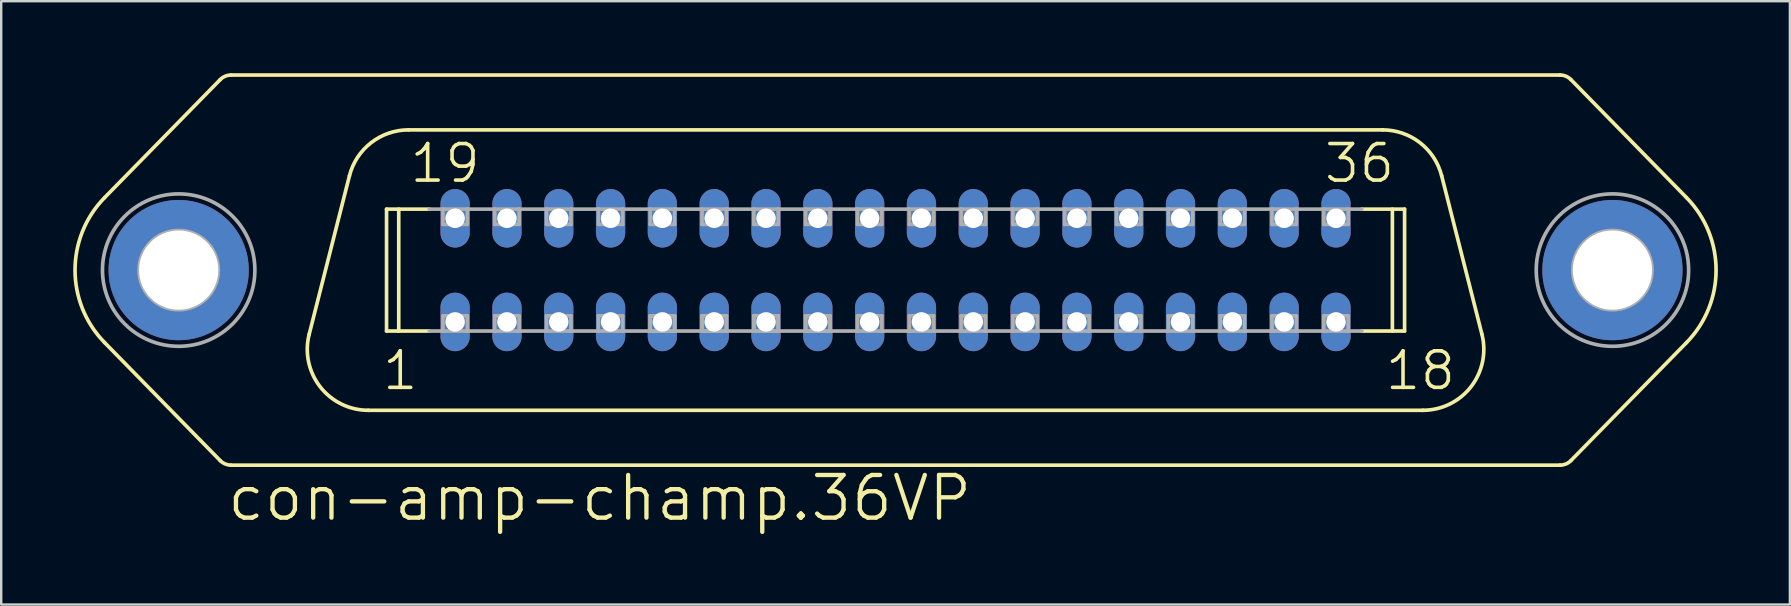
<source format=kicad_pcb>
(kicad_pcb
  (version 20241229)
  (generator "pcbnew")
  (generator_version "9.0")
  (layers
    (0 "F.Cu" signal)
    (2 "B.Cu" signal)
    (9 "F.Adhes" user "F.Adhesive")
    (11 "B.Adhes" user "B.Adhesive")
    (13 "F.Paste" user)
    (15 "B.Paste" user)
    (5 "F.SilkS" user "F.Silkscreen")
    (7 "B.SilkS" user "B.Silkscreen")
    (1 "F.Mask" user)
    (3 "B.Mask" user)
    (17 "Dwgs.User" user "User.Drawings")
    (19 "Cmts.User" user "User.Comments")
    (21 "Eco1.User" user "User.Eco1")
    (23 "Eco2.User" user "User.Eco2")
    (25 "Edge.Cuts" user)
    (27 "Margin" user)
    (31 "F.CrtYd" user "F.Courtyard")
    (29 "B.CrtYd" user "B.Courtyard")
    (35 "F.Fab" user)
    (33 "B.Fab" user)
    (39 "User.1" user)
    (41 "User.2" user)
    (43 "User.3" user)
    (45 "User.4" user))
  (footprint "con-amp-champ.36VP"
    (layer "F.Cu")
    (at 34.265 8.204)
    (property "Reference" "con-amp-champ.36VP" (at -27.94 10.541 0) (layer "F.SilkS") (effects (font (size 1.778 1.778) (thickness 0.18)) (justify left bottom)))
    (attr through_hole)
    (fp_line (start -28.14 -7.937) (end -32.955 -3.022) (stroke (width 0.152) (type default)) (layer "F.SilkS"))
    (fp_line (start -28.14 7.937) (end -32.955 3.022) (stroke (width 0.152) (type default)) (layer "F.SilkS"))
    (fp_line (start -27.686 -8.128) (end 27.686 -8.128) (stroke (width 0.152) (type default)) (layer "F.SilkS"))
    (fp_line (start -27.686 8.128) (end 27.686 8.128) (stroke (width 0.152) (type default)) (layer "F.SilkS"))
    (fp_line (start -22.755 -3.928) (end -24.433 2.676) (stroke (width 0.152) (type default)) (layer "F.SilkS"))
    (fp_line (start -21.971 5.842) (end 21.971 5.842) (stroke (width 0.152) (type default)) (layer "F.SilkS"))
    (fp_line (start -21.209 -2.54) (end -19.429 -2.54) (stroke (width 0.152) (type default)) (layer "F.SilkS"))
    (fp_line (start -21.209 2.54) (end -21.209 -2.54) (stroke (width 0.152) (type default)) (layer "F.SilkS"))
    (fp_line (start -21.209 2.54) (end -19.429 2.54) (stroke (width 0.152) (type default)) (layer "F.SilkS"))
    (fp_line (start -20.701 2.54) (end -20.701 -2.54) (stroke (width 0.152) (type default)) (layer "F.SilkS"))
    (fp_line (start -20.293 -5.842) (end 20.293 -5.842) (stroke (width 0.152) (type default)) (layer "F.SilkS"))
    (fp_line (start 19.429 -2.54) (end 21.209 -2.54) (stroke (width 0.152) (type default)) (layer "F.SilkS"))
    (fp_line (start 19.429 2.54) (end 21.209 2.54) (stroke (width 0.152) (type default)) (layer "F.SilkS"))
    (fp_line (start 20.701 2.54) (end 20.701 -2.54) (stroke (width 0.152) (type default)) (layer "F.SilkS"))
    (fp_line (start 21.209 2.54) (end 21.209 -2.54) (stroke (width 0.152) (type default)) (layer "F.SilkS"))
    (fp_line (start 22.755 -3.928) (end 24.433 2.676) (stroke (width 0.152) (type default)) (layer "F.SilkS"))
    (fp_line (start 28.14 -7.937) (end 32.955 -3.022) (stroke (width 0.152) (type default)) (layer "F.SilkS"))
    (fp_line (start 28.14 7.937) (end 32.955 3.022) (stroke (width 0.152) (type default)) (layer "F.SilkS"))
    (fp_arc (start -32.955 3.022) (mid -34.188365 0.0004) (end -32.955 -3.0212) (stroke (width 0.1524) (type default)) (layer "F.SilkS"))
    (fp_arc (start -28.14 -7.937) (mid -27.93241 -8.078018) (end -27.6864 -8.1276) (stroke (width 0.1524) (type default)) (layer "F.SilkS"))
    (fp_arc (start -27.6864 8.1276) (mid -27.93241 8.078018) (end -28.14 7.937) (stroke (width 0.1524) (type default)) (layer "F.SilkS"))
    (fp_arc (start -22.755 -3.928) (mid -21.852488 -5.307486) (end -20.2932 -5.8424) (stroke (width 0.1524) (type default)) (layer "F.SilkS"))
    (fp_arc (start -21.9712 5.8416) (mid -23.976286 4.860863) (end -24.433 2.676) (stroke (width 0.1524) (type default)) (layer "F.SilkS"))
    (fp_arc (start 20.293 -5.842) (mid 21.852288 -5.307086) (end 22.7548 -3.9276) (stroke (width 0.1524) (type default)) (layer "F.SilkS"))
    (fp_arc (start 24.433 2.676) (mid 23.976286 4.860863) (end 21.9712 5.8416) (stroke (width 0.1524) (type default)) (layer "F.SilkS"))
    (fp_arc (start 27.6864 -8.1276) (mid 27.93241 -8.078018) (end 28.14 -7.937) (stroke (width 0.1524) (type default)) (layer "F.SilkS"))
    (fp_arc (start 28.14 7.937) (mid 27.93241 8.078018) (end 27.6864 8.1276) (stroke (width 0.1524) (type default)) (layer "F.SilkS"))
    (fp_arc (start 32.955 -3.0212) (mid 34.188365 0.0004) (end 32.955 3.022) (stroke (width 0.1524) (type default)) (layer "F.SilkS"))
    (fp_line (start -19.429 -2.54) (end -18.86 -2.54) (stroke (width 0.152) (type default)) (layer "F.Fab"))
    (fp_line (start -19.429 2.54) (end -18.86 2.54) (stroke (width 0.152) (type default)) (layer "F.Fab"))
    (fp_line (start -18.86 -2.54) (end -17.843 -2.54) (stroke (width 0.152) (type default)) (layer "F.Fab"))
    (fp_line (start -18.86 -1.905) (end -18.86 -2.54) (stroke (width 0.152) (type default)) (layer "F.Fab"))
    (fp_line (start -18.86 1.905) (end -17.843 1.905) (stroke (width 0.152) (type default)) (layer "F.Fab"))
    (fp_line (start -18.86 2.54) (end -18.86 1.905) (stroke (width 0.152) (type default)) (layer "F.Fab"))
    (fp_line (start -17.843 -2.54) (end -17.843 -1.905) (stroke (width 0.152) (type default)) (layer "F.Fab"))
    (fp_line (start -17.843 -2.54) (end -16.701 -2.54) (stroke (width 0.152) (type default)) (layer "F.Fab"))
    (fp_line (start -17.843 -1.905) (end -18.86 -1.905) (stroke (width 0.152) (type default)) (layer "F.Fab"))
    (fp_line (start -17.843 1.905) (end -17.843 2.54) (stroke (width 0.152) (type default)) (layer "F.Fab"))
    (fp_line (start -17.843 2.54) (end -18.86 2.54) (stroke (width 0.152) (type default)) (layer "F.Fab"))
    (fp_line (start -17.843 2.54) (end -16.701 2.54) (stroke (width 0.152) (type default)) (layer "F.Fab"))
    (fp_line (start -16.701 -2.54) (end -15.684 -2.54) (stroke (width 0.152) (type default)) (layer "F.Fab"))
    (fp_line (start -16.701 -1.905) (end -16.701 -2.54) (stroke (width 0.152) (type default)) (layer "F.Fab"))
    (fp_line (start -16.701 1.905) (end -15.684 1.905) (stroke (width 0.152) (type default)) (layer "F.Fab"))
    (fp_line (start -16.701 2.54) (end -16.701 1.905) (stroke (width 0.152) (type default)) (layer "F.Fab"))
    (fp_line (start -15.684 -2.54) (end -15.684 -1.905) (stroke (width 0.152) (type default)) (layer "F.Fab"))
    (fp_line (start -15.684 -2.54) (end -14.541 -2.54) (stroke (width 0.152) (type default)) (layer "F.Fab"))
    (fp_line (start -15.684 -1.905) (end -16.701 -1.905) (stroke (width 0.152) (type default)) (layer "F.Fab"))
    (fp_line (start -15.684 1.905) (end -15.684 2.54) (stroke (width 0.152) (type default)) (layer "F.Fab"))
    (fp_line (start -15.684 2.54) (end -16.701 2.54) (stroke (width 0.152) (type default)) (layer "F.Fab"))
    (fp_line (start -15.684 2.54) (end -14.541 2.54) (stroke (width 0.152) (type default)) (layer "F.Fab"))
    (fp_line (start -14.541 -2.54) (end -13.525 -2.54) (stroke (width 0.152) (type default)) (layer "F.Fab"))
    (fp_line (start -14.541 -1.905) (end -14.541 -2.54) (stroke (width 0.152) (type default)) (layer "F.Fab"))
    (fp_line (start -14.541 1.905) (end -13.525 1.905) (stroke (width 0.152) (type default)) (layer "F.Fab"))
    (fp_line (start -14.541 2.54) (end -14.541 1.905) (stroke (width 0.152) (type default)) (layer "F.Fab"))
    (fp_line (start -13.525 -2.54) (end -13.525 -1.905) (stroke (width 0.152) (type default)) (layer "F.Fab"))
    (fp_line (start -13.525 -2.54) (end -12.383 -2.54) (stroke (width 0.152) (type default)) (layer "F.Fab"))
    (fp_line (start -13.525 -1.905) (end -14.541 -1.905) (stroke (width 0.152) (type default)) (layer "F.Fab"))
    (fp_line (start -13.525 1.905) (end -13.525 2.54) (stroke (width 0.152) (type default)) (layer "F.Fab"))
    (fp_line (start -13.525 2.54) (end -14.541 2.54) (stroke (width 0.152) (type default)) (layer "F.Fab"))
    (fp_line (start -13.525 2.54) (end -12.383 2.54) (stroke (width 0.152) (type default)) (layer "F.Fab"))
    (fp_line (start -12.383 -2.54) (end -11.367 -2.54) (stroke (width 0.152) (type default)) (layer "F.Fab"))
    (fp_line (start -12.383 -1.905) (end -12.383 -2.54) (stroke (width 0.152) (type default)) (layer "F.Fab"))
    (fp_line (start -12.383 1.905) (end -11.367 1.905) (stroke (width 0.152) (type default)) (layer "F.Fab"))
    (fp_line (start -12.383 2.54) (end -12.383 1.905) (stroke (width 0.152) (type default)) (layer "F.Fab"))
    (fp_line (start -11.367 -2.54) (end -11.367 -1.905) (stroke (width 0.152) (type default)) (layer "F.Fab"))
    (fp_line (start -11.367 -2.54) (end -10.223 -2.54) (stroke (width 0.152) (type default)) (layer "F.Fab"))
    (fp_line (start -11.367 -1.905) (end -12.383 -1.905) (stroke (width 0.152) (type default)) (layer "F.Fab"))
    (fp_line (start -11.367 1.905) (end -11.367 2.54) (stroke (width 0.152) (type default)) (layer "F.Fab"))
    (fp_line (start -11.367 2.54) (end -12.383 2.54) (stroke (width 0.152) (type default)) (layer "F.Fab"))
    (fp_line (start -11.367 2.54) (end -10.223 2.54) (stroke (width 0.152) (type default)) (layer "F.Fab"))
    (fp_line (start -10.223 -2.54) (end -9.207 -2.54) (stroke (width 0.152) (type default)) (layer "F.Fab"))
    (fp_line (start -10.223 -1.905) (end -10.223 -2.54) (stroke (width 0.152) (type default)) (layer "F.Fab"))
    (fp_line (start -10.223 1.905) (end -9.207 1.905) (stroke (width 0.152) (type default)) (layer "F.Fab"))
    (fp_line (start -10.223 1.905) (end -9.207 1.905) (stroke (width 0.152) (type default)) (layer "F.Fab"))
    (fp_line (start -10.223 2.54) (end -10.223 1.905) (stroke (width 0.152) (type default)) (layer "F.Fab"))
    (fp_line (start -10.223 2.54) (end -10.223 1.905) (stroke (width 0.152) (type default)) (layer "F.Fab"))
    (fp_line (start -9.207 -2.54) (end -9.207 -1.905) (stroke (width 0.152) (type default)) (layer "F.Fab"))
    (fp_line (start -9.207 -2.54) (end -8.065 -2.54) (stroke (width 0.152) (type default)) (layer "F.Fab"))
    (fp_line (start -9.207 -1.905) (end -10.223 -1.905) (stroke (width 0.152) (type default)) (layer "F.Fab"))
    (fp_line (start -9.207 1.905) (end -9.207 2.54) (stroke (width 0.152) (type default)) (layer "F.Fab"))
    (fp_line (start -9.207 1.905) (end -9.207 2.54) (stroke (width 0.152) (type default)) (layer "F.Fab"))
    (fp_line (start -9.207 2.54) (end -10.223 2.54) (stroke (width 0.152) (type default)) (layer "F.Fab"))
    (fp_line (start -9.207 2.54) (end -10.223 2.54) (stroke (width 0.152) (type default)) (layer "F.Fab"))
    (fp_line (start -9.207 2.54) (end -8.065 2.54) (stroke (width 0.152) (type default)) (layer "F.Fab"))
    (fp_line (start -8.065 -2.54) (end -7.048 -2.54) (stroke (width 0.152) (type default)) (layer "F.Fab"))
    (fp_line (start -8.065 -1.905) (end -8.065 -2.54) (stroke (width 0.152) (type default)) (layer "F.Fab"))
    (fp_line (start -8.065 1.905) (end -7.048 1.905) (stroke (width 0.152) (type default)) (layer "F.Fab"))
    (fp_line (start -8.065 1.905) (end -7.048 1.905) (stroke (width 0.152) (type default)) (layer "F.Fab"))
    (fp_line (start -8.065 2.54) (end -8.065 1.905) (stroke (width 0.152) (type default)) (layer "F.Fab"))
    (fp_line (start -8.065 2.54) (end -8.065 1.905) (stroke (width 0.152) (type default)) (layer "F.Fab"))
    (fp_line (start -7.048 -2.54) (end -7.048 -1.905) (stroke (width 0.152) (type default)) (layer "F.Fab"))
    (fp_line (start -7.048 -2.54) (end -5.905 -2.54) (stroke (width 0.152) (type default)) (layer "F.Fab"))
    (fp_line (start -7.048 -1.905) (end -8.065 -1.905) (stroke (width 0.152) (type default)) (layer "F.Fab"))
    (fp_line (start -7.048 1.905) (end -7.048 2.54) (stroke (width 0.152) (type default)) (layer "F.Fab"))
    (fp_line (start -7.048 1.905) (end -7.048 2.54) (stroke (width 0.152) (type default)) (layer "F.Fab"))
    (fp_line (start -7.048 2.54) (end -8.065 2.54) (stroke (width 0.152) (type default)) (layer "F.Fab"))
    (fp_line (start -7.048 2.54) (end -8.065 2.54) (stroke (width 0.152) (type default)) (layer "F.Fab"))
    (fp_line (start -7.048 2.54) (end -5.905 2.54) (stroke (width 0.152) (type default)) (layer "F.Fab"))
    (fp_line (start -5.905 -2.54) (end -4.889 -2.54) (stroke (width 0.152) (type default)) (layer "F.Fab"))
    (fp_line (start -5.905 -1.905) (end -5.905 -2.54) (stroke (width 0.152) (type default)) (layer "F.Fab"))
    (fp_line (start -5.905 1.905) (end -4.889 1.905) (stroke (width 0.152) (type default)) (layer "F.Fab"))
    (fp_line (start -5.905 1.905) (end -4.889 1.905) (stroke (width 0.152) (type default)) (layer "F.Fab"))
    (fp_line (start -5.905 2.54) (end -5.905 1.905) (stroke (width 0.152) (type default)) (layer "F.Fab"))
    (fp_line (start -5.905 2.54) (end -5.905 1.905) (stroke (width 0.152) (type default)) (layer "F.Fab"))
    (fp_line (start -4.889 -2.54) (end -4.889 -1.905) (stroke (width 0.152) (type default)) (layer "F.Fab"))
    (fp_line (start -4.889 -2.54) (end -3.747 -2.54) (stroke (width 0.152) (type default)) (layer "F.Fab"))
    (fp_line (start -4.889 -1.905) (end -5.905 -1.905) (stroke (width 0.152) (type default)) (layer "F.Fab"))
    (fp_line (start -4.889 1.905) (end -4.889 2.54) (stroke (width 0.152) (type default)) (layer "F.Fab"))
    (fp_line (start -4.889 1.905) (end -4.889 2.54) (stroke (width 0.152) (type default)) (layer "F.Fab"))
    (fp_line (start -4.889 2.54) (end -5.905 2.54) (stroke (width 0.152) (type default)) (layer "F.Fab"))
    (fp_line (start -4.889 2.54) (end -5.905 2.54) (stroke (width 0.152) (type default)) (layer "F.Fab"))
    (fp_line (start -4.889 2.54) (end -3.747 2.54) (stroke (width 0.152) (type default)) (layer "F.Fab"))
    (fp_line (start -3.747 -2.54) (end -2.731 -2.54) (stroke (width 0.152) (type default)) (layer "F.Fab"))
    (fp_line (start -3.747 -1.905) (end -3.747 -2.54) (stroke (width 0.152) (type default)) (layer "F.Fab"))
    (fp_line (start -3.747 1.905) (end -2.731 1.905) (stroke (width 0.152) (type default)) (layer "F.Fab"))
    (fp_line (start -3.747 1.905) (end -2.731 1.905) (stroke (width 0.152) (type default)) (layer "F.Fab"))
    (fp_line (start -3.747 2.54) (end -3.747 1.905) (stroke (width 0.152) (type default)) (layer "F.Fab"))
    (fp_line (start -3.747 2.54) (end -3.747 1.905) (stroke (width 0.152) (type default)) (layer "F.Fab"))
    (fp_line (start -2.731 -2.54) (end -2.731 -1.905) (stroke (width 0.152) (type default)) (layer "F.Fab"))
    (fp_line (start -2.731 -2.54) (end -1.587 -2.54) (stroke (width 0.152) (type default)) (layer "F.Fab"))
    (fp_line (start -2.731 -1.905) (end -3.747 -1.905) (stroke (width 0.152) (type default)) (layer "F.Fab"))
    (fp_line (start -2.731 1.905) (end -2.731 2.54) (stroke (width 0.152) (type default)) (layer "F.Fab"))
    (fp_line (start -2.731 1.905) (end -2.731 2.54) (stroke (width 0.152) (type default)) (layer "F.Fab"))
    (fp_line (start -2.731 2.54) (end -3.747 2.54) (stroke (width 0.152) (type default)) (layer "F.Fab"))
    (fp_line (start -2.731 2.54) (end -3.747 2.54) (stroke (width 0.152) (type default)) (layer "F.Fab"))
    (fp_line (start -2.731 2.54) (end -1.587 2.54) (stroke (width 0.152) (type default)) (layer "F.Fab"))
    (fp_line (start -1.587 -2.54) (end -0.572 -2.54) (stroke (width 0.152) (type default)) (layer "F.Fab"))
    (fp_line (start -1.587 -1.905) (end -1.587 -2.54) (stroke (width 0.152) (type default)) (layer "F.Fab"))
    (fp_line (start -1.587 1.905) (end -0.572 1.905) (stroke (width 0.152) (type default)) (layer "F.Fab"))
    (fp_line (start -1.587 2.54) (end -1.587 1.905) (stroke (width 0.152) (type default)) (layer "F.Fab"))
    (fp_line (start -0.572 -2.54) (end -0.572 -1.905) (stroke (width 0.152) (type default)) (layer "F.Fab"))
    (fp_line (start -0.572 -2.54) (end 0.572 -2.54) (stroke (width 0.152) (type default)) (layer "F.Fab"))
    (fp_line (start -0.572 -1.905) (end -1.587 -1.905) (stroke (width 0.152) (type default)) (layer "F.Fab"))
    (fp_line (start -0.572 1.905) (end -0.572 2.54) (stroke (width 0.152) (type default)) (layer "F.Fab"))
    (fp_line (start -0.572 2.54) (end -1.587 2.54) (stroke (width 0.152) (type default)) (layer "F.Fab"))
    (fp_line (start -0.572 2.54) (end 0.572 2.54) (stroke (width 0.152) (type default)) (layer "F.Fab"))
    (fp_line (start 0.572 -2.54) (end 1.587 -2.54) (stroke (width 0.152) (type default)) (layer "F.Fab"))
    (fp_line (start 0.572 -1.905) (end 0.572 -2.54) (stroke (width 0.152) (type default)) (layer "F.Fab"))
    (fp_line (start 0.572 1.905) (end 1.587 1.905) (stroke (width 0.152) (type default)) (layer "F.Fab"))
    (fp_line (start 0.572 2.54) (end 0.572 1.905) (stroke (width 0.152) (type default)) (layer "F.Fab"))
    (fp_line (start 1.587 -2.54) (end 1.587 -1.905) (stroke (width 0.152) (type default)) (layer "F.Fab"))
    (fp_line (start 1.587 -2.54) (end 2.731 -2.54) (stroke (width 0.152) (type default)) (layer "F.Fab"))
    (fp_line (start 1.587 -1.905) (end 0.572 -1.905) (stroke (width 0.152) (type default)) (layer "F.Fab"))
    (fp_line (start 1.587 1.905) (end 1.587 2.54) (stroke (width 0.152) (type default)) (layer "F.Fab"))
    (fp_line (start 1.587 2.54) (end 0.572 2.54) (stroke (width 0.152) (type default)) (layer "F.Fab"))
    (fp_line (start 1.587 2.54) (end 2.731 2.54) (stroke (width 0.152) (type default)) (layer "F.Fab"))
    (fp_line (start 2.731 -2.54) (end 3.747 -2.54) (stroke (width 0.152) (type default)) (layer "F.Fab"))
    (fp_line (start 2.731 -1.905) (end 2.731 -2.54) (stroke (width 0.152) (type default)) (layer "F.Fab"))
    (fp_line (start 2.731 1.905) (end 3.747 1.905) (stroke (width 0.152) (type default)) (layer "F.Fab"))
    (fp_line (start 2.731 2.54) (end 2.731 1.905) (stroke (width 0.152) (type default)) (layer "F.Fab"))
    (fp_line (start 3.747 -2.54) (end 3.747 -1.905) (stroke (width 0.152) (type default)) (layer "F.Fab"))
    (fp_line (start 3.747 -2.54) (end 4.889 -2.54) (stroke (width 0.152) (type default)) (layer "F.Fab"))
    (fp_line (start 3.747 -1.905) (end 2.731 -1.905) (stroke (width 0.152) (type default)) (layer "F.Fab"))
    (fp_line (start 3.747 1.905) (end 3.747 2.54) (stroke (width 0.152) (type default)) (layer "F.Fab"))
    (fp_line (start 3.747 2.54) (end 2.731 2.54) (stroke (width 0.152) (type default)) (layer "F.Fab"))
    (fp_line (start 3.747 2.54) (end 4.889 2.54) (stroke (width 0.152) (type default)) (layer "F.Fab"))
    (fp_line (start 4.889 -2.54) (end 5.905 -2.54) (stroke (width 0.152) (type default)) (layer "F.Fab"))
    (fp_line (start 4.889 -1.905) (end 4.889 -2.54) (stroke (width 0.152) (type default)) (layer "F.Fab"))
    (fp_line (start 4.889 1.905) (end 5.905 1.905) (stroke (width 0.152) (type default)) (layer "F.Fab"))
    (fp_line (start 4.889 2.54) (end 4.889 1.905) (stroke (width 0.152) (type default)) (layer "F.Fab"))
    (fp_line (start 5.905 -2.54) (end 5.905 -1.905) (stroke (width 0.152) (type default)) (layer "F.Fab"))
    (fp_line (start 5.905 -2.54) (end 7.048 -2.54) (stroke (width 0.152) (type default)) (layer "F.Fab"))
    (fp_line (start 5.905 -1.905) (end 4.889 -1.905) (stroke (width 0.152) (type default)) (layer "F.Fab"))
    (fp_line (start 5.905 1.905) (end 5.905 2.54) (stroke (width 0.152) (type default)) (layer "F.Fab"))
    (fp_line (start 5.905 2.54) (end 4.889 2.54) (stroke (width 0.152) (type default)) (layer "F.Fab"))
    (fp_line (start 5.905 2.54) (end 7.048 2.54) (stroke (width 0.152) (type default)) (layer "F.Fab"))
    (fp_line (start 7.048 -2.54) (end 8.065 -2.54) (stroke (width 0.152) (type default)) (layer "F.Fab"))
    (fp_line (start 7.048 -1.905) (end 7.048 -2.54) (stroke (width 0.152) (type default)) (layer "F.Fab"))
    (fp_line (start 7.048 1.905) (end 8.065 1.905) (stroke (width 0.152) (type default)) (layer "F.Fab"))
    (fp_line (start 7.048 2.54) (end 7.048 1.905) (stroke (width 0.152) (type default)) (layer "F.Fab"))
    (fp_line (start 8.065 -2.54) (end 8.065 -1.905) (stroke (width 0.152) (type default)) (layer "F.Fab"))
    (fp_line (start 8.065 -2.54) (end 9.207 -2.54) (stroke (width 0.152) (type default)) (layer "F.Fab"))
    (fp_line (start 8.065 -1.905) (end 7.048 -1.905) (stroke (width 0.152) (type default)) (layer "F.Fab"))
    (fp_line (start 8.065 1.905) (end 8.065 2.54) (stroke (width 0.152) (type default)) (layer "F.Fab"))
    (fp_line (start 8.065 2.54) (end 7.048 2.54) (stroke (width 0.152) (type default)) (layer "F.Fab"))
    (fp_line (start 8.065 2.54) (end 9.207 2.54) (stroke (width 0.152) (type default)) (layer "F.Fab"))
    (fp_line (start 9.207 -2.54) (end 10.223 -2.54) (stroke (width 0.152) (type default)) (layer "F.Fab"))
    (fp_line (start 9.207 -1.905) (end 9.207 -2.54) (stroke (width 0.152) (type default)) (layer "F.Fab"))
    (fp_line (start 9.207 1.905) (end 10.223 1.905) (stroke (width 0.152) (type default)) (layer "F.Fab"))
    (fp_line (start 9.207 2.54) (end 9.207 1.905) (stroke (width 0.152) (type default)) (layer "F.Fab"))
    (fp_line (start 10.223 -2.54) (end 10.223 -1.905) (stroke (width 0.152) (type default)) (layer "F.Fab"))
    (fp_line (start 10.223 -2.54) (end 11.367 -2.54) (stroke (width 0.152) (type default)) (layer "F.Fab"))
    (fp_line (start 10.223 -1.905) (end 9.207 -1.905) (stroke (width 0.152) (type default)) (layer "F.Fab"))
    (fp_line (start 10.223 1.905) (end 10.223 2.54) (stroke (width 0.152) (type default)) (layer "F.Fab"))
    (fp_line (start 10.223 2.54) (end 9.207 2.54) (stroke (width 0.152) (type default)) (layer "F.Fab"))
    (fp_line (start 10.223 2.54) (end 11.367 2.54) (stroke (width 0.152) (type default)) (layer "F.Fab"))
    (fp_line (start 11.367 -2.54) (end 12.383 -2.54) (stroke (width 0.152) (type default)) (layer "F.Fab"))
    (fp_line (start 11.367 -1.905) (end 11.367 -2.54) (stroke (width 0.152) (type default)) (layer "F.Fab"))
    (fp_line (start 11.367 1.905) (end 12.383 1.905) (stroke (width 0.152) (type default)) (layer "F.Fab"))
    (fp_line (start 11.367 2.54) (end 11.367 1.905) (stroke (width 0.152) (type default)) (layer "F.Fab"))
    (fp_line (start 12.383 -2.54) (end 12.383 -1.905) (stroke (width 0.152) (type default)) (layer "F.Fab"))
    (fp_line (start 12.383 -2.54) (end 13.525 -2.54) (stroke (width 0.152) (type default)) (layer "F.Fab"))
    (fp_line (start 12.383 -1.905) (end 11.367 -1.905) (stroke (width 0.152) (type default)) (layer "F.Fab"))
    (fp_line (start 12.383 1.905) (end 12.383 2.54) (stroke (width 0.152) (type default)) (layer "F.Fab"))
    (fp_line (start 12.383 2.54) (end 11.367 2.54) (stroke (width 0.152) (type default)) (layer "F.Fab"))
    (fp_line (start 12.383 2.54) (end 13.525 2.54) (stroke (width 0.152) (type default)) (layer "F.Fab"))
    (fp_line (start 13.525 -2.54) (end 14.541 -2.54) (stroke (width 0.152) (type default)) (layer "F.Fab"))
    (fp_line (start 13.525 -1.905) (end 13.525 -2.54) (stroke (width 0.152) (type default)) (layer "F.Fab"))
    (fp_line (start 13.525 1.905) (end 14.541 1.905) (stroke (width 0.152) (type default)) (layer "F.Fab"))
    (fp_line (start 13.525 2.54) (end 13.525 1.905) (stroke (width 0.152) (type default)) (layer "F.Fab"))
    (fp_line (start 14.541 -2.54) (end 14.541 -1.905) (stroke (width 0.152) (type default)) (layer "F.Fab"))
    (fp_line (start 14.541 -2.54) (end 15.684 -2.54) (stroke (width 0.152) (type default)) (layer "F.Fab"))
    (fp_line (start 14.541 -1.905) (end 13.525 -1.905) (stroke (width 0.152) (type default)) (layer "F.Fab"))
    (fp_line (start 14.541 1.905) (end 14.541 2.54) (stroke (width 0.152) (type default)) (layer "F.Fab"))
    (fp_line (start 14.541 2.54) (end 13.525 2.54) (stroke (width 0.152) (type default)) (layer "F.Fab"))
    (fp_line (start 14.541 2.54) (end 15.684 2.54) (stroke (width 0.152) (type default)) (layer "F.Fab"))
    (fp_line (start 15.684 -2.54) (end 16.701 -2.54) (stroke (width 0.152) (type default)) (layer "F.Fab"))
    (fp_line (start 15.684 -1.905) (end 15.684 -2.54) (stroke (width 0.152) (type default)) (layer "F.Fab"))
    (fp_line (start 15.684 1.905) (end 16.701 1.905) (stroke (width 0.152) (type default)) (layer "F.Fab"))
    (fp_line (start 15.684 2.54) (end 15.684 1.905) (stroke (width 0.152) (type default)) (layer "F.Fab"))
    (fp_line (start 16.701 -2.54) (end 16.701 -1.905) (stroke (width 0.152) (type default)) (layer "F.Fab"))
    (fp_line (start 16.701 -2.54) (end 17.843 -2.54) (stroke (width 0.152) (type default)) (layer "F.Fab"))
    (fp_line (start 16.701 -1.905) (end 15.684 -1.905) (stroke (width 0.152) (type default)) (layer "F.Fab"))
    (fp_line (start 16.701 1.905) (end 16.701 2.54) (stroke (width 0.152) (type default)) (layer "F.Fab"))
    (fp_line (start 16.701 2.54) (end 15.684 2.54) (stroke (width 0.152) (type default)) (layer "F.Fab"))
    (fp_line (start 16.701 2.54) (end 17.843 2.54) (stroke (width 0.152) (type default)) (layer "F.Fab"))
    (fp_line (start 17.843 -2.54) (end 18.86 -2.54) (stroke (width 0.152) (type default)) (layer "F.Fab"))
    (fp_line (start 17.843 -1.905) (end 17.843 -2.54) (stroke (width 0.152) (type default)) (layer "F.Fab"))
    (fp_line (start 17.843 1.905) (end 18.86 1.905) (stroke (width 0.152) (type default)) (layer "F.Fab"))
    (fp_line (start 17.843 2.54) (end 17.843 1.905) (stroke (width 0.152) (type default)) (layer "F.Fab"))
    (fp_line (start 18.86 -2.54) (end 18.86 -1.905) (stroke (width 0.152) (type default)) (layer "F.Fab"))
    (fp_line (start 18.86 -2.54) (end 19.429 -2.54) (stroke (width 0.152) (type default)) (layer "F.Fab"))
    (fp_line (start 18.86 -1.905) (end 17.843 -1.905) (stroke (width 0.152) (type default)) (layer "F.Fab"))
    (fp_line (start 18.86 1.905) (end 18.86 2.54) (stroke (width 0.152) (type default)) (layer "F.Fab"))
    (fp_line (start 18.86 2.54) (end 17.843 2.54) (stroke (width 0.152) (type default)) (layer "F.Fab"))
    (fp_line (start 18.86 2.54) (end 19.429 2.54) (stroke (width 0.152) (type default)) (layer "F.Fab"))
    (fp_rect (start -18.86 -1.905) (end -17.843 -2.54) (stroke (width 0.05) (type default)) (fill no) (layer "F.Fab"))
    (fp_rect (start -18.86 2.54) (end -17.843 1.905) (stroke (width 0.05) (type default)) (fill no) (layer "F.Fab"))
    (fp_rect (start -16.701 -1.905) (end -15.684 -2.54) (stroke (width 0.05) (type default)) (fill no) (layer "F.Fab"))
    (fp_rect (start -16.701 2.54) (end -15.684 1.905) (stroke (width 0.05) (type default)) (fill no) (layer "F.Fab"))
    (fp_rect (start -14.541 -1.905) (end -13.525 -2.54) (stroke (width 0.05) (type default)) (fill no) (layer "F.Fab"))
    (fp_rect (start -14.541 2.54) (end -13.525 1.905) (stroke (width 0.05) (type default)) (fill no) (layer "F.Fab"))
    (fp_rect (start -12.383 -1.905) (end -11.367 -2.54) (stroke (width 0.05) (type default)) (fill no) (layer "F.Fab"))
    (fp_rect (start -12.383 2.54) (end -11.367 1.905) (stroke (width 0.05) (type default)) (fill no) (layer "F.Fab"))
    (fp_rect (start -10.223 -1.905) (end -9.207 -2.54) (stroke (width 0.05) (type default)) (fill no) (layer "F.Fab"))
    (fp_rect (start -10.223 2.54) (end -9.207 1.905) (stroke (width 0.05) (type default)) (fill no) (layer "F.Fab"))
    (fp_rect (start -8.065 -1.905) (end -7.048 -2.54) (stroke (width 0.05) (type default)) (fill no) (layer "F.Fab"))
    (fp_rect (start -8.065 2.54) (end -7.048 1.905) (stroke (width 0.05) (type default)) (fill no) (layer "F.Fab"))
    (fp_rect (start -5.905 -1.905) (end -4.889 -2.54) (stroke (width 0.05) (type default)) (fill no) (layer "F.Fab"))
    (fp_rect (start -5.905 2.54) (end -4.889 1.905) (stroke (width 0.05) (type default)) (fill no) (layer "F.Fab"))
    (fp_rect (start -3.747 -1.905) (end -2.731 -2.54) (stroke (width 0.05) (type default)) (fill no) (layer "F.Fab"))
    (fp_rect (start -3.747 2.54) (end -2.731 1.905) (stroke (width 0.05) (type default)) (fill no) (layer "F.Fab"))
    (fp_rect (start -1.587 -1.905) (end -0.572 -2.54) (stroke (width 0.05) (type default)) (fill no) (layer "F.Fab"))
    (fp_rect (start -1.587 2.54) (end -0.572 1.905) (stroke (width 0.05) (type default)) (fill no) (layer "F.Fab"))
    (fp_rect (start 0.572 -1.905) (end 1.587 -2.54) (stroke (width 0.05) (type default)) (fill no) (layer "F.Fab"))
    (fp_rect (start 0.572 2.54) (end 1.587 1.905) (stroke (width 0.05) (type default)) (fill no) (layer "F.Fab"))
    (fp_rect (start 2.731 -1.905) (end 3.747 -2.54) (stroke (width 0.05) (type default)) (fill no) (layer "F.Fab"))
    (fp_rect (start 2.731 2.54) (end 3.747 1.905) (stroke (width 0.05) (type default)) (fill no) (layer "F.Fab"))
    (fp_rect (start 4.889 -1.905) (end 5.905 -2.54) (stroke (width 0.05) (type default)) (fill no) (layer "F.Fab"))
    (fp_rect (start 4.889 2.54) (end 5.905 1.905) (stroke (width 0.05) (type default)) (fill no) (layer "F.Fab"))
    (fp_rect (start 7.048 -1.905) (end 8.065 -2.54) (stroke (width 0.05) (type default)) (fill no) (layer "F.Fab"))
    (fp_rect (start 7.048 2.54) (end 8.065 1.905) (stroke (width 0.05) (type default)) (fill no) (layer "F.Fab"))
    (fp_rect (start 9.207 -1.905) (end 10.223 -2.54) (stroke (width 0.05) (type default)) (fill no) (layer "F.Fab"))
    (fp_rect (start 9.207 2.54) (end 10.223 1.905) (stroke (width 0.05) (type default)) (fill no) (layer "F.Fab"))
    (fp_rect (start 11.367 -1.905) (end 12.383 -2.54) (stroke (width 0.05) (type default)) (fill no) (layer "F.Fab"))
    (fp_rect (start 11.367 2.54) (end 12.383 1.905) (stroke (width 0.05) (type default)) (fill no) (layer "F.Fab"))
    (fp_rect (start 13.525 -1.905) (end 14.541 -2.54) (stroke (width 0.05) (type default)) (fill no) (layer "F.Fab"))
    (fp_rect (start 13.525 2.54) (end 14.541 1.905) (stroke (width 0.05) (type default)) (fill no) (layer "F.Fab"))
    (fp_rect (start 15.684 -1.905) (end 16.701 -2.54) (stroke (width 0.05) (type default)) (fill no) (layer "F.Fab"))
    (fp_rect (start 15.684 2.54) (end 16.701 1.905) (stroke (width 0.05) (type default)) (fill no) (layer "F.Fab"))
    (fp_rect (start 17.843 -1.905) (end 18.86 -2.54) (stroke (width 0.05) (type default)) (fill no) (layer "F.Fab"))
    (fp_rect (start 17.843 2.54) (end 18.86 1.905) (stroke (width 0.05) (type default)) (fill no) (layer "F.Fab"))
    (fp_circle (center -29.87 0) (end -28.219 0) (stroke (width 0.152) (type default)) (fill no) (layer "F.Fab"))
    (fp_circle (center -29.87 0) (end -26.695 0) (stroke (width 0.152) (type default)) (fill no) (layer "F.Fab"))
    (fp_circle (center 29.87 0) (end 31.521 0) (stroke (width 0.152) (type default)) (fill no) (layer "F.Fab"))
    (fp_circle (center 29.87 0) (end 33.045 0) (stroke (width 0.152) (type default)) (fill no) (layer "F.Fab"))
    (fp_text user "19" (at -20.32 -3.556 0) (layer "F.SilkS") (effects (font (size 1.524 1.524) (thickness 0.15)) (justify left bottom)))
    (fp_text user "18" (at 20.32 5.08 0) (layer "F.SilkS") (effects (font (size 1.524 1.524) (thickness 0.15)) (justify left bottom)))
    (fp_text user "1" (at -21.463 5.08 0) (layer "F.SilkS") (effects (font (size 1.524 1.524) (thickness 0.15)) (justify left bottom)))
    (fp_text user "36" (at 17.78 -3.556 0) (layer "F.SilkS") (effects (font (size 1.524 1.524) (thickness 0.15)) (justify left bottom)))
    (pad "1" thru_hole oval (at -18.352 2.159 90) (size 2.438 1.219) (drill 0.813) (layers "*.Cu" "*.Mask"))
    (pad "2" thru_hole oval (at -16.192 2.159 90) (size 2.438 1.219) (drill 0.813) (layers "*.Cu" "*.Mask"))
    (pad "3" thru_hole oval (at -14.034 2.159 90) (size 2.438 1.219) (drill 0.813) (layers "*.Cu" "*.Mask"))
    (pad "4" thru_hole oval (at -11.874 2.159 90) (size 2.438 1.219) (drill 0.813) (layers "*.Cu" "*.Mask"))
    (pad "5" thru_hole oval (at -9.716 2.159 90) (size 2.438 1.219) (drill 0.813) (layers "*.Cu" "*.Mask"))
    (pad "6" thru_hole oval (at -7.556 2.159 90) (size 2.438 1.219) (drill 0.813) (layers "*.Cu" "*.Mask"))
    (pad "7" thru_hole oval (at -5.397 2.159 90) (size 2.438 1.219) (drill 0.813) (layers "*.Cu" "*.Mask"))
    (pad "8" thru_hole oval (at -3.239 2.159 90) (size 2.438 1.219) (drill 0.813) (layers "*.Cu" "*.Mask"))
    (pad "9" thru_hole oval (at -1.079 2.159 90) (size 2.438 1.219) (drill 0.813) (layers "*.Cu" "*.Mask"))
    (pad "10" thru_hole oval (at 1.079 2.159 90) (size 2.438 1.219) (drill 0.813) (layers "*.Cu" "*.Mask"))
    (pad "11" thru_hole oval (at 3.239 2.159 90) (size 2.438 1.219) (drill 0.813) (layers "*.Cu" "*.Mask"))
    (pad "12" thru_hole oval (at 5.397 2.159 90) (size 2.438 1.219) (drill 0.813) (layers "*.Cu" "*.Mask"))
    (pad "13" thru_hole oval (at 7.556 2.159 90) (size 2.438 1.219) (drill 0.813) (layers "*.Cu" "*.Mask"))
    (pad "14" thru_hole oval (at 9.716 2.159 90) (size 2.438 1.219) (drill 0.813) (layers "*.Cu" "*.Mask"))
    (pad "15" thru_hole oval (at 11.874 2.159 90) (size 2.438 1.219) (drill 0.813) (layers "*.Cu" "*.Mask"))
    (pad "16" thru_hole oval (at 14.034 2.159 90) (size 2.438 1.219) (drill 0.813) (layers "*.Cu" "*.Mask"))
    (pad "17" thru_hole oval (at 16.192 2.159 90) (size 2.438 1.219) (drill 0.813) (layers "*.Cu" "*.Mask"))
    (pad "18" thru_hole oval (at 18.352 2.159 90) (size 2.438 1.219) (drill 0.813) (layers "*.Cu" "*.Mask"))
    (pad "19" thru_hole oval (at -18.352 -2.159 90) (size 2.438 1.219) (drill 0.813) (layers "*.Cu" "*.Mask"))
    (pad "20" thru_hole oval (at -16.192 -2.159 90) (size 2.438 1.219) (drill 0.813) (layers "*.Cu" "*.Mask"))
    (pad "21" thru_hole oval (at -14.034 -2.159 90) (size 2.438 1.219) (drill 0.813) (layers "*.Cu" "*.Mask"))
    (pad "22" thru_hole oval (at -11.874 -2.159 90) (size 2.438 1.219) (drill 0.813) (layers "*.Cu" "*.Mask"))
    (pad "23" thru_hole oval (at -9.716 -2.159 90) (size 2.438 1.219) (drill 0.813) (layers "*.Cu" "*.Mask"))
    (pad "24" thru_hole oval (at -7.556 -2.159 90) (size 2.438 1.219) (drill 0.813) (layers "*.Cu" "*.Mask"))
    (pad "25" thru_hole oval (at -5.397 -2.159 90) (size 2.438 1.219) (drill 0.813) (layers "*.Cu" "*.Mask"))
    (pad "26" thru_hole oval (at -3.239 -2.159 90) (size 2.438 1.219) (drill 0.813) (layers "*.Cu" "*.Mask"))
    (pad "27" thru_hole oval (at -1.079 -2.159 90) (size 2.438 1.219) (drill 0.813) (layers "*.Cu" "*.Mask"))
    (pad "28" thru_hole oval (at 1.079 -2.159 90) (size 2.438 1.219) (drill 0.813) (layers "*.Cu" "*.Mask"))
    (pad "29" thru_hole oval (at 3.239 -2.159 90) (size 2.438 1.219) (drill 0.813) (layers "*.Cu" "*.Mask"))
    (pad "30" thru_hole oval (at 5.397 -2.159 90) (size 2.438 1.219) (drill 0.813) (layers "*.Cu" "*.Mask"))
    (pad "31" thru_hole oval (at 7.556 -2.159 90) (size 2.438 1.219) (drill 0.813) (layers "*.Cu" "*.Mask"))
    (pad "32" thru_hole oval (at 9.716 -2.159 90) (size 2.438 1.219) (drill 0.813) (layers "*.Cu" "*.Mask"))
    (pad "33" thru_hole oval (at 11.874 -2.159 90) (size 2.438 1.219) (drill 0.813) (layers "*.Cu" "*.Mask"))
    (pad "34" thru_hole oval (at 14.034 -2.159 90) (size 2.438 1.219) (drill 0.813) (layers "*.Cu" "*.Mask"))
    (pad "35" thru_hole oval (at 16.192 -2.159 90) (size 2.438 1.219) (drill 0.813) (layers "*.Cu" "*.Mask"))
    (pad "36" thru_hole oval (at 18.352 -2.159 90) (size 2.438 1.219) (drill 0.813) (layers "*.Cu" "*.Mask"))
    (pad "G" thru_hole circle (at -29.87 0) (size 5.842 5.842) (drill 3.302) (layers "*.Cu" "*.Mask"))
    (pad "G1" thru_hole circle (at 29.87 0) (size 5.842 5.842) (drill 3.302) (layers "*.Cu" "*.Mask")))
  (gr_rect
    (start -3 -3)
    (end 71.529 22.139)
    (stroke (width 0.1) (type default))
    (fill no)
    (layer "Edge.Cuts")))
</source>
